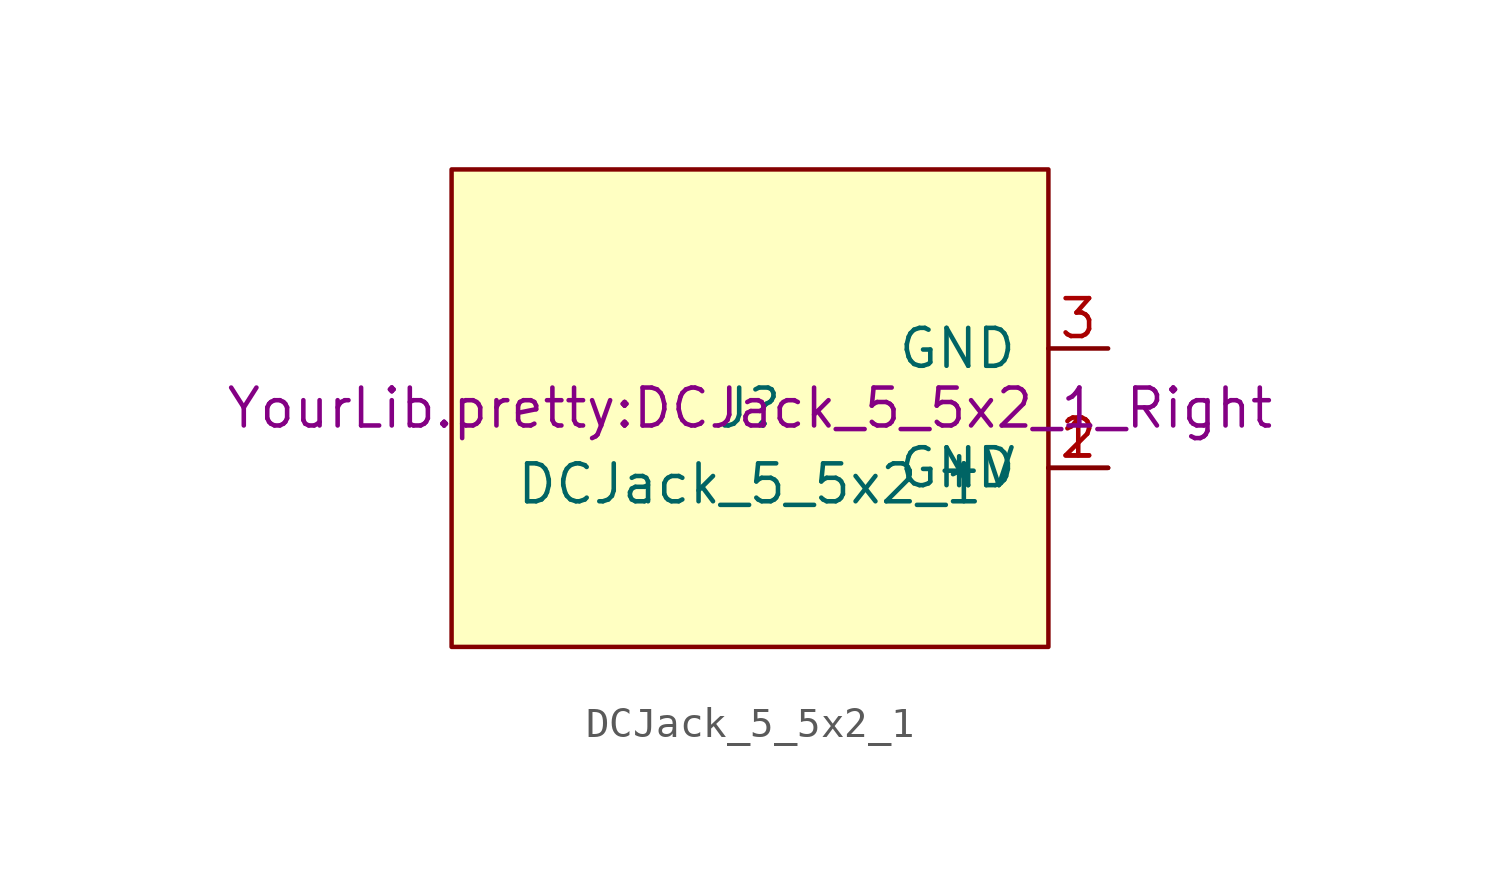
<source format=kicad_sym>
(kicad_symbol_lib
  (version 20211014)
  (generator pcbnew)
  (symbol "DCJack_5_5x2_1"
    (pin_names
      (offset 1.016))
    (property "Reference" "J"
      (at 0 0 0)
      (effects (font (size 1.27 1.27))))
    (property "Value" "DCJack_5_5x2_1"
      (at 0 -2.54 0)
      (effects (font (size 1.27 1.27))))
    (property "Footprint" "YourLib.pretty:DCJack_5_5x2_1_Right")
    (rectangle
      (start -10 8)
      (end 10 -8)
      (stroke (width 0.15))
      (fill (type background)))
    (pin power_in line
      (at 12 -2 180)
      (length 2)
      (name "GND")
      (number "2"))
    (pin power_in line
      (at 12 2 180)
      (length 2)
      (name "GND")
      (number "3"))
    (pin power_in line
      (at 12 -2 180)
      (length 2)
      (name "+V")
      (number "1"))))
</source>
